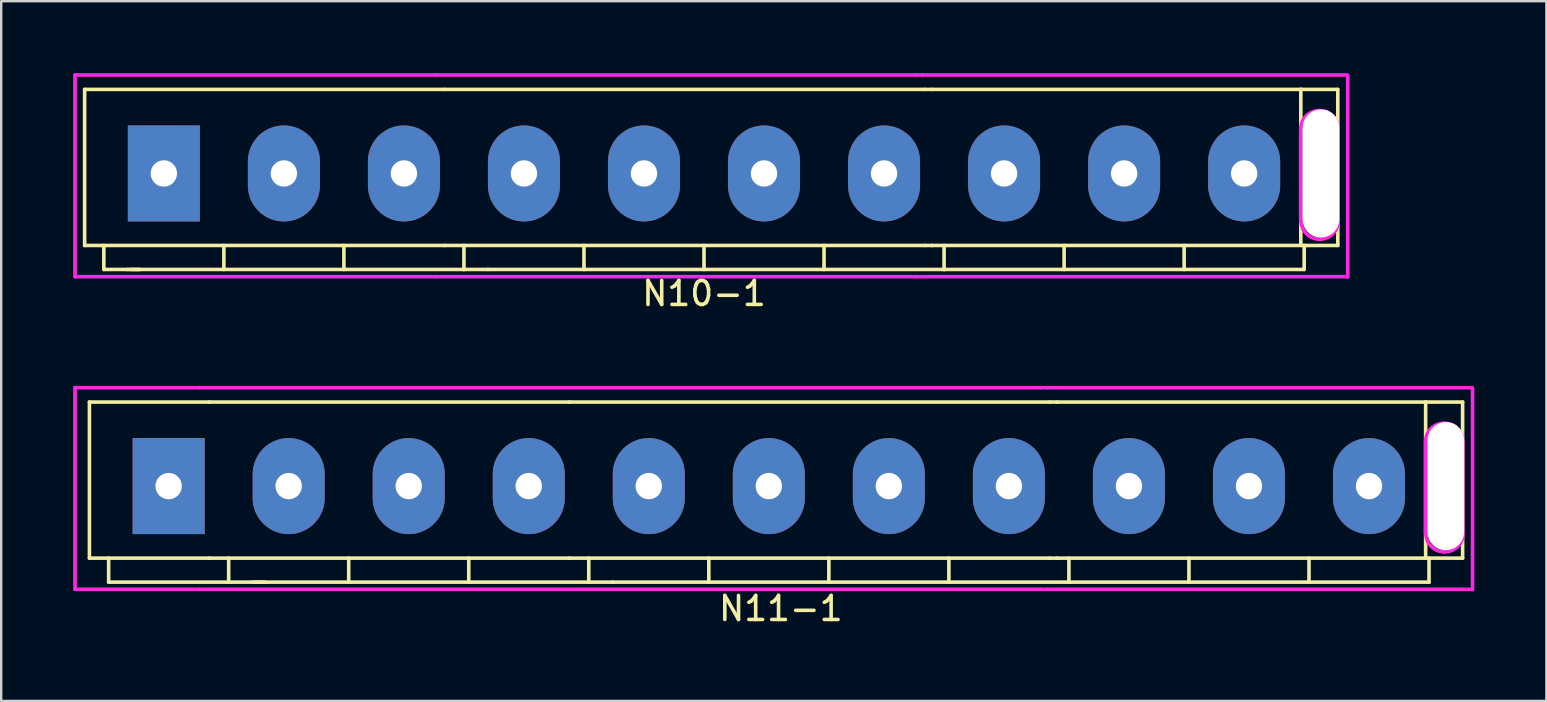
<source format=kicad_pcb>
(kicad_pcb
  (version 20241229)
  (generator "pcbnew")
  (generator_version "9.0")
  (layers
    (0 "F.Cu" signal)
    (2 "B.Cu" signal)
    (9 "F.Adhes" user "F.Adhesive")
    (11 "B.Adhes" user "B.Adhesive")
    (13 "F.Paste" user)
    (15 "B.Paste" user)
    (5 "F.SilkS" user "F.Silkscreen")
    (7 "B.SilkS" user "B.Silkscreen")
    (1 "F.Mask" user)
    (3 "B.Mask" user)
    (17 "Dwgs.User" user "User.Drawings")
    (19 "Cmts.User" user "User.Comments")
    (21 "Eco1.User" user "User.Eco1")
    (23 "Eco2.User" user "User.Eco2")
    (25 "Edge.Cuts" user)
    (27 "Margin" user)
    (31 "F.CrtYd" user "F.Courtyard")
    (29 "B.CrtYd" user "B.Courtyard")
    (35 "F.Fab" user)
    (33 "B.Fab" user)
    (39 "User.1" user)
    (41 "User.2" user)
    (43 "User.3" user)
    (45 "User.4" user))
  (footprint "N10-1"
    (layer "F.Cu")
    (at 26.275 4.175)
    (property "Reference" "N10-1" (at 0 5 0) (layer "F.SilkS") (effects (font (size 1 1) (thickness 0.15))))
    (attr through_hole)
    (fp_line (start -25.8 -3.5) (end -25.8 3) (stroke (width 0.15) (type solid)) (layer "F.SilkS"))
    (fp_line (start -25.8 3) (end -10.8 3) (stroke (width 0.15) (type solid)) (layer "F.SilkS"))
    (fp_line (start -25 3) (end -25 4) (stroke (width 0.15) (type solid)) (layer "F.SilkS"))
    (fp_line (start -25 4) (end -24 4) (stroke (width 0.15) (type solid)) (layer "F.SilkS"))
    (fp_line (start -24 4) (end -23.5 4) (stroke (width 0.15) (type solid)) (layer "F.SilkS"))
    (fp_line (start -20 3) (end -20 4) (stroke (width 0.15) (type solid)) (layer "F.SilkS"))
    (fp_line (start -15 3) (end -15 4) (stroke (width 0.15) (type solid)) (layer "F.SilkS"))
    (fp_line (start -10.8 -3.5) (end -25.8 -3.5) (stroke (width 0.15) (type solid)) (layer "F.SilkS"))
    (fp_line (start -10 3) (end -10 4) (stroke (width 0.15) (type solid)) (layer "F.SilkS"))
    (fp_line (start -10 4) (end -23.9 4) (stroke (width 0.15) (type solid)) (layer "F.SilkS"))
    (fp_line (start -10 4) (end -9 4) (stroke (width 0.15) (type solid)) (layer "F.SilkS"))
    (fp_line (start -5 3) (end -5 4) (stroke (width 0.15) (type solid)) (layer "F.SilkS"))
    (fp_line (start 0 3) (end 0 4) (stroke (width 0.15) (type solid)) (layer "F.SilkS"))
    (fp_line (start 5 3) (end 5 4) (stroke (width 0.15) (type solid)) (layer "F.SilkS"))
    (fp_line (start 9.2 -3.5) (end -10.8 -3.5) (stroke (width 0.15) (type solid)) (layer "F.SilkS"))
    (fp_line (start 9.2 3) (end -10.8 3) (stroke (width 0.15) (type solid)) (layer "F.SilkS"))
    (fp_line (start 9.5 -3.5) (end 9.2 -3.5) (stroke (width 0.15) (type solid)) (layer "F.SilkS"))
    (fp_line (start 9.5 -3.5) (end 26.4 -3.5) (stroke (width 0.15) (type solid)) (layer "F.SilkS"))
    (fp_line (start 9.5 3) (end 9.2 3) (stroke (width 0.15) (type solid)) (layer "F.SilkS"))
    (fp_line (start 9.5 3) (end 26.4 3) (stroke (width 0.15) (type solid)) (layer "F.SilkS"))
    (fp_line (start 10 3) (end 10 4) (stroke (width 0.15) (type solid)) (layer "F.SilkS"))
    (fp_line (start 10 4) (end -9 4) (stroke (width 0.15) (type solid)) (layer "F.SilkS"))
    (fp_line (start 10 4) (end 25 4) (stroke (width 0.15) (type solid)) (layer "F.SilkS"))
    (fp_line (start 15 3) (end 15 4) (stroke (width 0.15) (type solid)) (layer "F.SilkS"))
    (fp_line (start 20 3) (end 20 4) (stroke (width 0.15) (type solid)) (layer "F.SilkS"))
    (fp_line (start 24.86 2.99) (end 24.86 -3.51) (stroke (width 0.15) (type solid)) (layer "F.SilkS"))
    (fp_line (start 25 3) (end 25 4) (stroke (width 0.15) (type solid)) (layer "F.SilkS"))
    (fp_line (start 26.4 -3.5) (end 26.4 3) (stroke (width 0.15) (type solid)) (layer "F.SilkS"))
    (fp_line (start -26.2 -4.1) (end -26.2 4.3) (stroke (width 0.15) (type solid)) (layer "F.CrtYd"))
    (fp_line (start -26.2 4.3) (end -11.2 4.3) (stroke (width 0.15) (type solid)) (layer "F.CrtYd"))
    (fp_line (start -11.2 -4.1) (end -26.2 -4.1) (stroke (width 0.15) (type solid)) (layer "F.CrtYd"))
    (fp_line (start -11.2 4.3) (end 8.8 4.3) (stroke (width 0.15) (type solid)) (layer "F.CrtYd"))
    (fp_line (start 8.8 -4.1) (end -11.2 -4.1) (stroke (width 0.15) (type solid)) (layer "F.CrtYd"))
    (fp_line (start 8.8 4.3) (end 9.1 4.3) (stroke (width 0.15) (type solid)) (layer "F.CrtYd"))
    (fp_line (start 9.1 -4.1) (end 8.8 -4.1) (stroke (width 0.15) (type solid)) (layer "F.CrtYd"))
    (fp_line (start 9.1 -4.1) (end 26.8 -4.1) (stroke (width 0.15) (type solid)) (layer "F.CrtYd"))
    (fp_line (start 9.1 4.3) (end 26.8 4.3) (stroke (width 0.15) (type solid)) (layer "F.CrtYd"))
    (fp_line (start 24.854 -1.83) (end 24.854 1.98) (stroke (width 0.15) (type solid)) (layer "F.CrtYd"))
    (fp_line (start 26.408 -1.881) (end 26.408 1.98) (stroke (width 0.15) (type solid)) (layer "F.CrtYd"))
    (fp_line (start 26.814 4.318) (end 26.814 -4.064) (stroke (width 0.15) (type solid)) (layer "F.CrtYd"))
    (fp_arc (start 24.8582 -1.8812) (mid 25.099345 -2.412576) (end 25.6456 -2.6178) (stroke (width 0.15) (type solid)) (layer "F.CrtYd"))
    (fp_arc (start 25.6202 -2.6178) (mid 26.166455 -2.412576) (end 26.4076 -1.8812) (stroke (width 0.15) (type solid)) (layer "F.CrtYd"))
    (fp_arc (start 25.65 2.74) (mid 25.102599 2.521543) (end 24.87 1.98) (stroke (width 0.15) (type solid)) (layer "F.CrtYd"))
    (fp_arc (start 26.42 1.99) (mid 26.18033 2.528614) (end 25.63 2.74) (stroke (width 0.15) (type solid)) (layer "F.CrtYd"))
    (pad "" thru_hole oval (at 25.7 0) (size 1.524 5.334) (drill oval 1.524 5.334) (layers "*.Cu" "*.Mask"))
    (pad "1" thru_hole rect (at -22.5 0 90) (size 4 3) (drill 1.1) (layers "*.Cu" "*.Mask"))
    (pad "2" thru_hole oval (at -17.5 0 90) (size 4 3) (drill 1.1) (layers "*.Cu" "*.Mask"))
    (pad "3" thru_hole oval (at -12.5 0 90) (size 4 3) (drill 1.1) (layers "*.Cu" "*.Mask"))
    (pad "4" thru_hole oval (at -7.5 0) (size 3 4) (drill 1.1) (layers "*.Cu" "*.Mask"))
    (pad "5" thru_hole oval (at -2.5 0) (size 3 4) (drill 1.1) (layers "*.Cu" "*.Mask"))
    (pad "6" thru_hole oval (at 2.5 0) (size 3 4) (drill 1.1) (layers "*.Cu" "*.Mask"))
    (pad "7" thru_hole oval (at 7.5 0) (size 3 4) (drill 1.1) (layers "*.Cu" "*.Mask"))
    (pad "8" thru_hole oval (at 12.5 0) (size 3 4) (drill 1.1) (layers "*.Cu" "*.Mask"))
    (pad "9" thru_hole oval (at 17.5 0) (size 3 4) (drill 1.1) (layers "*.Cu" "*.Mask"))
    (pad "10" thru_hole oval (at 22.5 0) (size 3 4) (drill 1.1) (layers "*.Cu" "*.Mask")))
  (footprint "N11-1"
    (layer "F.Cu")
    (at 28.975 17.198)
    (property "Reference" "N11-1" (at 0.5 5.1 0) (layer "F.SilkS") (effects (font (size 1 1) (thickness 0.15))))
    (attr through_hole)
    (fp_line (start -28.3 -3.5) (end -28.3 3) (stroke (width 0.15) (type solid)) (layer "F.SilkS"))
    (fp_line (start -28.3 3) (end -23.3 3) (stroke (width 0.15) (type solid)) (layer "F.SilkS"))
    (fp_line (start -27.5 4) (end -27.5 3) (stroke (width 0.15) (type solid)) (layer "F.SilkS"))
    (fp_line (start -23.3 -3.5) (end -28.3 -3.5) (stroke (width 0.15) (type solid)) (layer "F.SilkS"))
    (fp_line (start -23.3 3) (end -8.3 3) (stroke (width 0.15) (type solid)) (layer "F.SilkS"))
    (fp_line (start -22.5 3) (end -22.5 4) (stroke (width 0.15) (type solid)) (layer "F.SilkS"))
    (fp_line (start -22.5 4) (end -27.5 4) (stroke (width 0.15) (type solid)) (layer "F.SilkS"))
    (fp_line (start -22.5 4) (end -21.5 4) (stroke (width 0.15) (type solid)) (layer "F.SilkS"))
    (fp_line (start -21.5 4) (end -21 4) (stroke (width 0.15) (type solid)) (layer "F.SilkS"))
    (fp_line (start -17.5 3) (end -17.5 4) (stroke (width 0.15) (type solid)) (layer "F.SilkS"))
    (fp_line (start -12.5 3) (end -12.5 4) (stroke (width 0.15) (type solid)) (layer "F.SilkS"))
    (fp_line (start -8.3 -3.5) (end -23.3 -3.5) (stroke (width 0.15) (type solid)) (layer "F.SilkS"))
    (fp_line (start -7.5 3) (end -7.5 4) (stroke (width 0.15) (type solid)) (layer "F.SilkS"))
    (fp_line (start -7.5 4) (end -21.4 4) (stroke (width 0.15) (type solid)) (layer "F.SilkS"))
    (fp_line (start -7.5 4) (end -6.5 4) (stroke (width 0.15) (type solid)) (layer "F.SilkS"))
    (fp_line (start -2.5 3) (end -2.5 4) (stroke (width 0.15) (type solid)) (layer "F.SilkS"))
    (fp_line (start 2.5 3) (end 2.5 4) (stroke (width 0.15) (type solid)) (layer "F.SilkS"))
    (fp_line (start 7.5 3) (end 7.5 4) (stroke (width 0.15) (type solid)) (layer "F.SilkS"))
    (fp_line (start 11.7 -3.5) (end -8.3 -3.5) (stroke (width 0.15) (type solid)) (layer "F.SilkS"))
    (fp_line (start 11.7 3) (end -8.3 3) (stroke (width 0.15) (type solid)) (layer "F.SilkS"))
    (fp_line (start 12 -3.5) (end 11.7 -3.5) (stroke (width 0.15) (type solid)) (layer "F.SilkS"))
    (fp_line (start 12 -3.5) (end 28.9 -3.5) (stroke (width 0.15) (type solid)) (layer "F.SilkS"))
    (fp_line (start 12 3) (end 11.7 3) (stroke (width 0.15) (type solid)) (layer "F.SilkS"))
    (fp_line (start 12 3) (end 28.9 3) (stroke (width 0.15) (type solid)) (layer "F.SilkS"))
    (fp_line (start 12.5 3) (end 12.5 4) (stroke (width 0.15) (type solid)) (layer "F.SilkS"))
    (fp_line (start 12.5 4) (end -6.5 4) (stroke (width 0.15) (type solid)) (layer "F.SilkS"))
    (fp_line (start 12.5 4) (end 27.5 4) (stroke (width 0.15) (type solid)) (layer "F.SilkS"))
    (fp_line (start 17.5 3) (end 17.5 4) (stroke (width 0.15) (type solid)) (layer "F.SilkS"))
    (fp_line (start 22.5 3) (end 22.5 4) (stroke (width 0.15) (type solid)) (layer "F.SilkS"))
    (fp_line (start 27.36 2.99) (end 27.36 -3.51) (stroke (width 0.15) (type solid)) (layer "F.SilkS"))
    (fp_line (start 27.5 3) (end 27.5 4) (stroke (width 0.15) (type solid)) (layer "F.SilkS"))
    (fp_line (start 28.9 -3.5) (end 28.9 3) (stroke (width 0.15) (type solid)) (layer "F.SilkS"))
    (fp_line (start -28.9 -4.1) (end -28.9 4.3) (stroke (width 0.15) (type solid)) (layer "F.CrtYd"))
    (fp_line (start -28.9 4.3) (end -23.7 4.3) (stroke (width 0.15) (type solid)) (layer "F.CrtYd"))
    (fp_line (start -23.7 -4.1) (end -28.9 -4.1) (stroke (width 0.15) (type solid)) (layer "F.CrtYd"))
    (fp_line (start -23.7 4.3) (end -8.7 4.3) (stroke (width 0.15) (type solid)) (layer "F.CrtYd"))
    (fp_line (start -8.7 -4.1) (end -23.7 -4.1) (stroke (width 0.15) (type solid)) (layer "F.CrtYd"))
    (fp_line (start -8.7 4.3) (end 11.3 4.3) (stroke (width 0.15) (type solid)) (layer "F.CrtYd"))
    (fp_line (start 11.3 -4.1) (end -8.7 -4.1) (stroke (width 0.15) (type solid)) (layer "F.CrtYd"))
    (fp_line (start 11.3 4.3) (end 11.6 4.3) (stroke (width 0.15) (type solid)) (layer "F.CrtYd"))
    (fp_line (start 11.6 -4.1) (end 11.3 -4.1) (stroke (width 0.15) (type solid)) (layer "F.CrtYd"))
    (fp_line (start 11.6 -4.1) (end 29.3 -4.1) (stroke (width 0.15) (type solid)) (layer "F.CrtYd"))
    (fp_line (start 11.6 4.3) (end 29.3 4.3) (stroke (width 0.15) (type solid)) (layer "F.CrtYd"))
    (fp_line (start 27.354 -1.83) (end 27.354 1.98) (stroke (width 0.15) (type solid)) (layer "F.CrtYd"))
    (fp_line (start 28.908 -1.881) (end 28.908 1.98) (stroke (width 0.15) (type solid)) (layer "F.CrtYd"))
    (fp_line (start 29.314 4.318) (end 29.314 -4.064) (stroke (width 0.15) (type solid)) (layer "F.CrtYd"))
    (fp_arc (start 27.3582 -1.8812) (mid 27.599345 -2.412576) (end 28.1456 -2.6178) (stroke (width 0.15) (type solid)) (layer "F.CrtYd"))
    (fp_arc (start 28.1202 -2.6178) (mid 28.666455 -2.412576) (end 28.9076 -1.8812) (stroke (width 0.15) (type solid)) (layer "F.CrtYd"))
    (fp_arc (start 28.15 2.74) (mid 27.602599 2.521543) (end 27.37 1.98) (stroke (width 0.15) (type solid)) (layer "F.CrtYd"))
    (fp_arc (start 28.92 1.99) (mid 28.68033 2.528614) (end 28.13 2.74) (stroke (width 0.15) (type solid)) (layer "F.CrtYd"))
    (pad "" thru_hole oval (at 28.2 0) (size 1.524 5.334) (drill oval 1.524 5.334) (layers "*.Cu" "*.Mask"))
    (pad "1" thru_hole rect (at -25 0 90) (size 4 3) (drill 1.1) (layers "*.Cu" "*.Mask"))
    (pad "2" thru_hole oval (at -20 0) (size 3 4) (drill 1.1) (layers "*.Cu" "*.Mask"))
    (pad "3" thru_hole oval (at -15 0 90) (size 4 3) (drill 1.1) (layers "*.Cu" "*.Mask"))
    (pad "4" thru_hole oval (at -10 0 90) (size 4 3) (drill 1.1) (layers "*.Cu" "*.Mask"))
    (pad "5" thru_hole oval (at -5 0) (size 3 4) (drill 1.1) (layers "*.Cu" "*.Mask"))
    (pad "6" thru_hole oval (at 0 0) (size 3 4) (drill 1.1) (layers "*.Cu" "*.Mask"))
    (pad "7" thru_hole oval (at 5 0) (size 3 4) (drill 1.1) (layers "*.Cu" "*.Mask"))
    (pad "8" thru_hole oval (at 10 0) (size 3 4) (drill 1.1) (layers "*.Cu" "*.Mask"))
    (pad "9" thru_hole oval (at 15 0) (size 3 4) (drill 1.1) (layers "*.Cu" "*.Mask"))
    (pad "10" thru_hole oval (at 20 0) (size 3 4) (drill 1.1) (layers "*.Cu" "*.Mask"))
    (pad "11" thru_hole oval (at 25 0) (size 3 4) (drill 1.1) (layers "*.Cu" "*.Mask")))
  (gr_rect
    (start -3 -3)
    (end 61.364 26.146)
    (stroke (width 0.1) (type default))
    (fill no)
    (layer "Edge.Cuts")))
</source>
